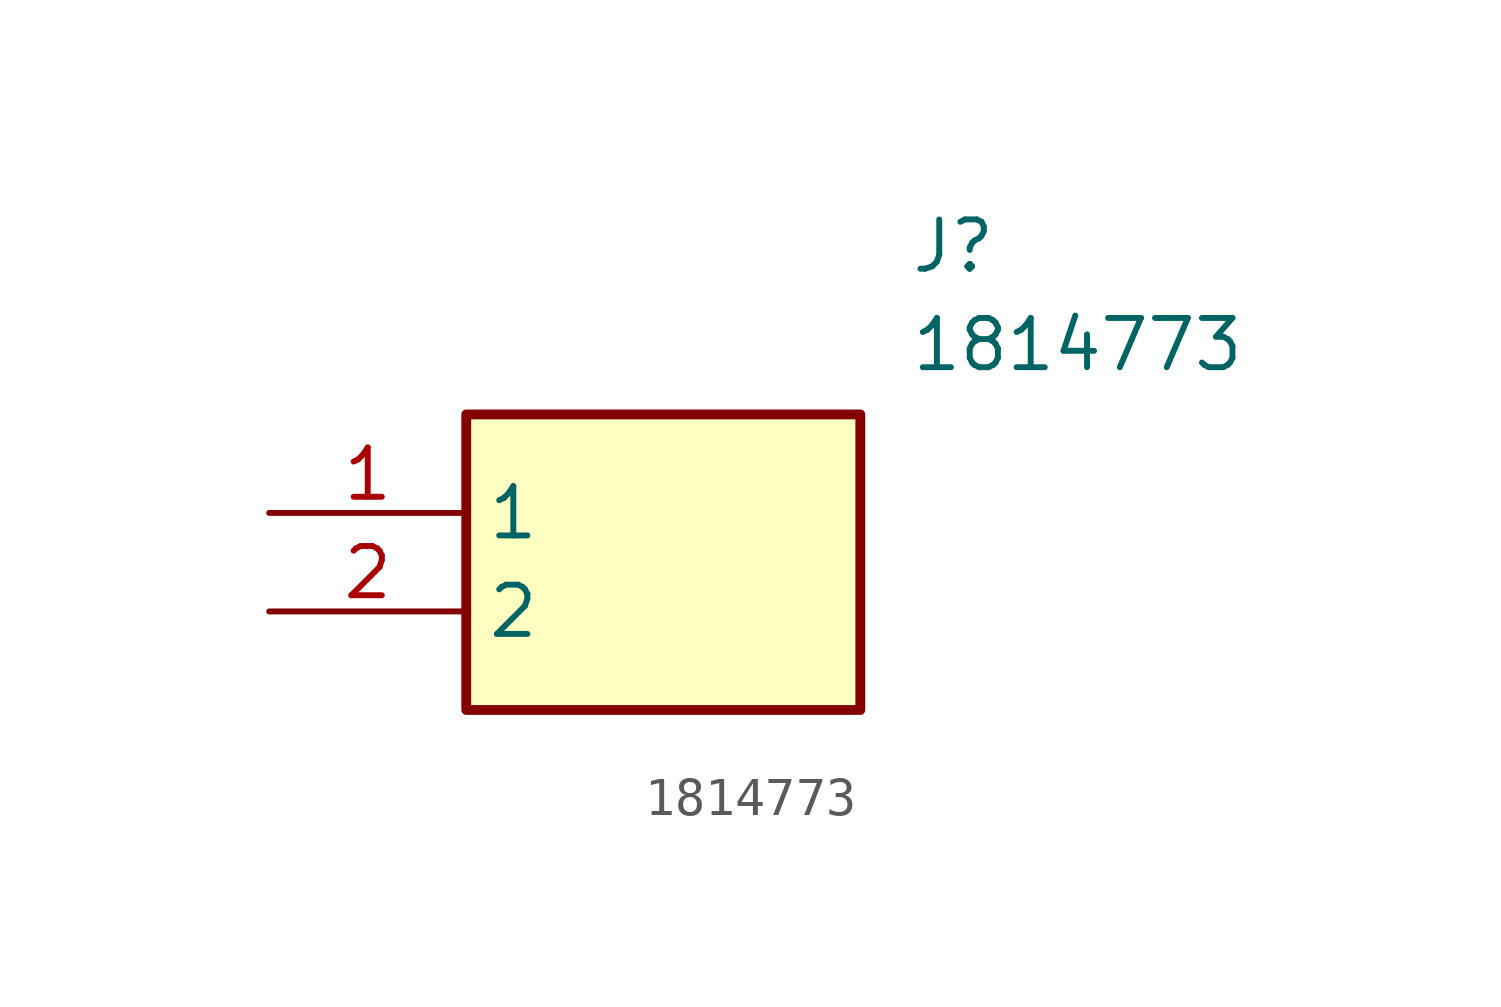
<source format=kicad_sym>
(kicad_symbol_lib
  (version 20211014)
  (generator SamacSys_ECAD_Model)
  (symbol "1814773"
    (property "Reference" "J"
      (at 16.51 7.62 0)
      (effects (font (size 1.27 1.27)) (justify left top)))
    (property "Value" "1814773"
      (at 16.51 5.08 0)
      (effects (font (size 1.27 1.27)) (justify left top)))
    (rectangle
      (start 5.08 2.54)
      (end 15.24 -5.08)
      (stroke (width 0.254) (type default))
      (fill (type background)))
    (pin passive line
      (at 0 0 0)
      (length 5.08)
      (name "1" (effects (font (size 1.27 1.27))))
      (number "1" (effects (font (size 1.27 1.27)))))
    (pin passive line
      (at 0 -2.54 0)
      (length 5.08)
      (name "2" (effects (font (size 1.27 1.27))))
      (number "2" (effects (font (size 1.27 1.27)))))))
</source>
